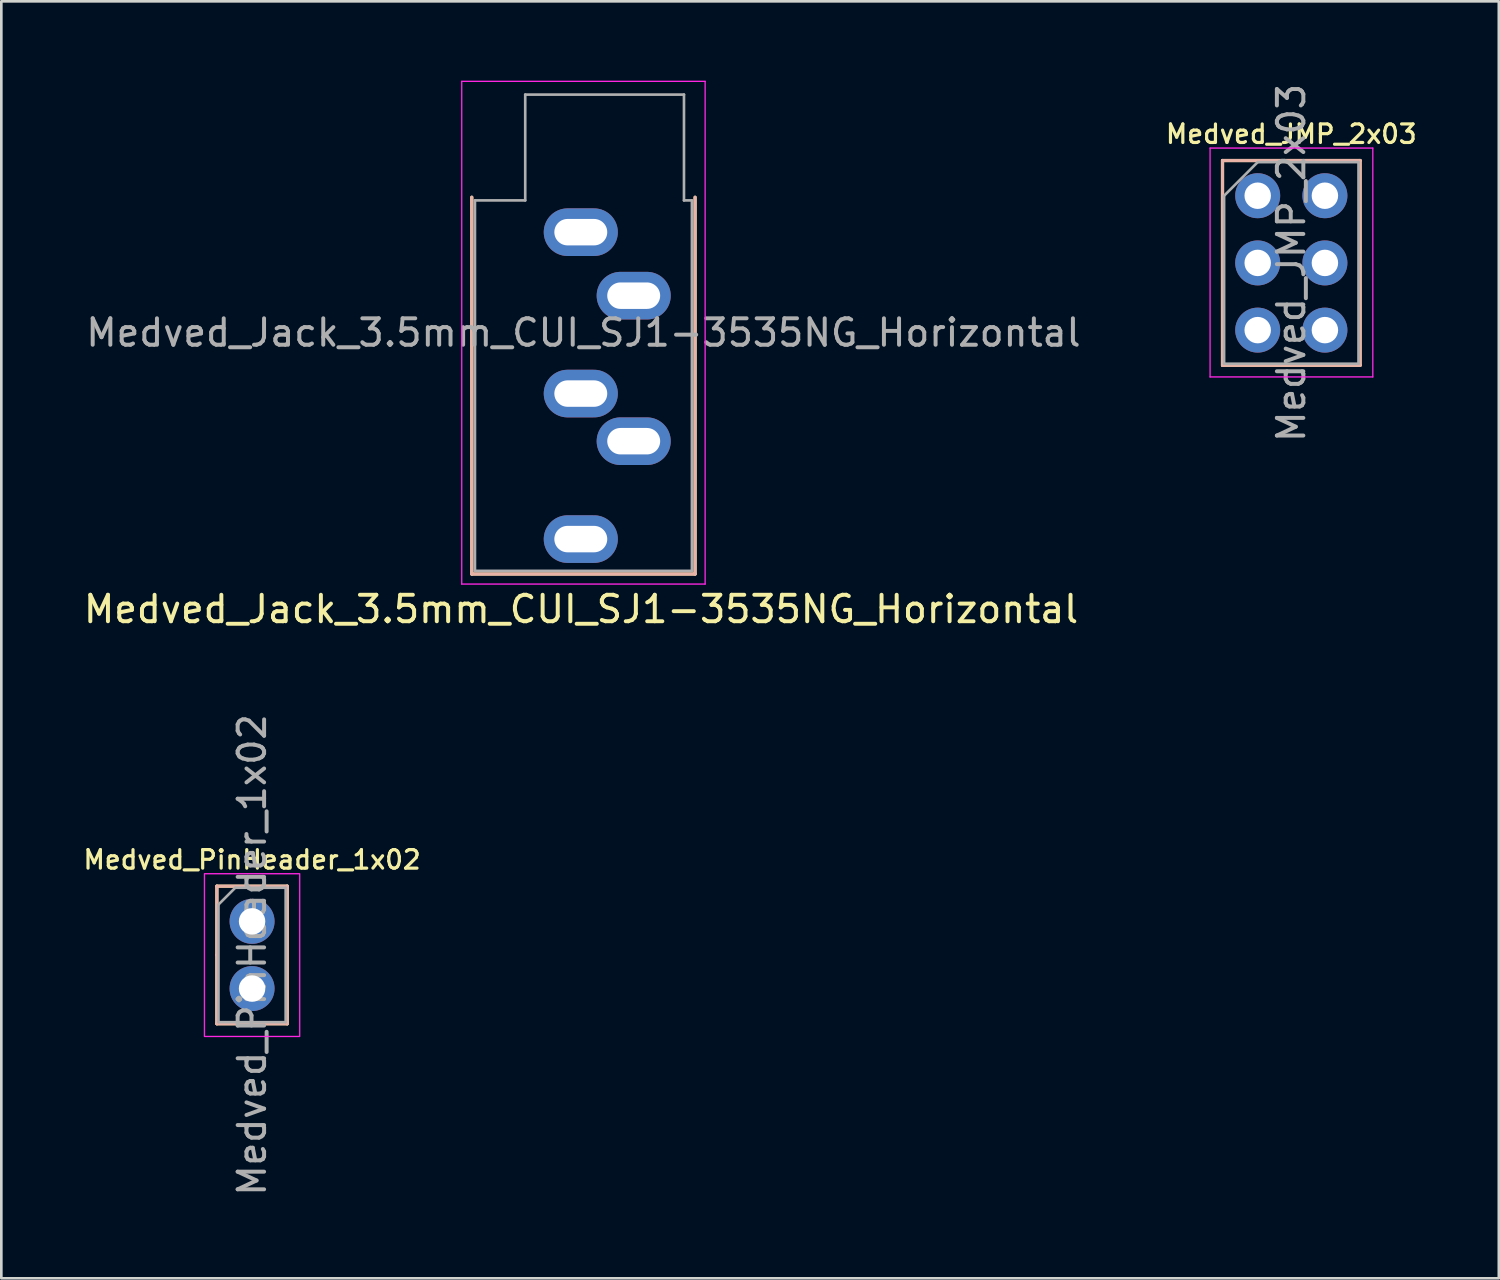
<source format=kicad_pcb>
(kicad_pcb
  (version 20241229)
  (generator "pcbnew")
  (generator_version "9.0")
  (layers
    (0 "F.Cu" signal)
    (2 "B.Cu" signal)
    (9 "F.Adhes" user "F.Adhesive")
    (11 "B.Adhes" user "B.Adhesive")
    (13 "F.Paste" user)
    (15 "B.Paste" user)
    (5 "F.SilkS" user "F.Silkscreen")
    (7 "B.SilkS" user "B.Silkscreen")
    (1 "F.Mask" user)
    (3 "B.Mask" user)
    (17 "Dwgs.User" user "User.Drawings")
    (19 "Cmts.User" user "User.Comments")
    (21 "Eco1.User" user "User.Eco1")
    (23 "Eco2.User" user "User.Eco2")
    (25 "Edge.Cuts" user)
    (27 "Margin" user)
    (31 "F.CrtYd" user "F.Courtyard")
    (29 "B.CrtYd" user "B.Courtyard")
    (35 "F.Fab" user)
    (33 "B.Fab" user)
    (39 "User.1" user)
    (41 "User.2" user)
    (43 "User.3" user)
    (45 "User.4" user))
  (footprint "Medved_PinHeader_1x02"
    (layer "F.Cu")
    (at 6.477 31.773)
    (property "Reference" "Medved_PinHeader_1x02" (at 0 -2.33 0) (layer "F.SilkS") (effects (font (size 0.7 0.7) (thickness 0.12) (bold yes))))
    (attr through_hole)
    (fp_line (start -1.33 -1.33) (end 1.33 -1.33) (stroke (width 0.12) (type solid)) (layer "F.SilkS"))
    (fp_line (start -1.33 1.27) (end -1.33 -1.33) (stroke (width 0.12) (type solid)) (layer "F.SilkS"))
    (fp_line (start -1.33 1.27) (end -1.33 3.87) (stroke (width 0.12) (type solid)) (layer "F.SilkS"))
    (fp_line (start -1.33 3.87) (end 1.33 3.87) (stroke (width 0.12) (type solid)) (layer "F.SilkS"))
    (fp_line (start 1.33 -1.33) (end 1.33 3.87) (stroke (width 0.12) (type solid)) (layer "F.SilkS"))
    (fp_line (start -1.33 -1.33) (end 1.33 -1.33) (stroke (width 0.12) (type solid)) (layer "B.SilkS"))
    (fp_line (start -1.33 1.27) (end -1.33 -1.33) (stroke (width 0.12) (type solid)) (layer "B.SilkS"))
    (fp_line (start -1.33 1.27) (end -1.33 3.87) (stroke (width 0.12) (type solid)) (layer "B.SilkS"))
    (fp_line (start -1.33 3.87) (end 1.33 3.87) (stroke (width 0.12) (type solid)) (layer "B.SilkS"))
    (fp_line (start 1.33 -1.33) (end 1.33 3.87) (stroke (width 0.12) (type solid)) (layer "B.SilkS"))
    (fp_rect (start -1.8 -1.8) (end 1.8 4.35) (stroke (width 0.05) (type solid)) (fill no) (layer "F.CrtYd"))
    (fp_line (start -1.27 -0.635) (end -0.635 -1.27) (stroke (width 0.1) (type solid)) (layer "F.Fab"))
    (fp_line (start -1.27 3.81) (end -1.27 -0.635) (stroke (width 0.1) (type solid)) (layer "F.Fab"))
    (fp_line (start -0.635 -1.27) (end 1.27 -1.27) (stroke (width 0.1) (type solid)) (layer "F.Fab"))
    (fp_line (start 1.27 -1.27) (end 1.27 3.81) (stroke (width 0.1) (type solid)) (layer "F.Fab"))
    (fp_line (start 1.27 3.81) (end -1.27 3.81) (stroke (width 0.1) (type solid)) (layer "F.Fab"))
    (fp_text user "${REFERENCE}" (at 0 1.27 90) (layer "F.Fab") (effects (font (size 1 1) (thickness 0.15))))
    (pad "1" thru_hole circle (at 0 0) (size 1.7 1.7) (drill 1) (layers "*.Cu" "*.Mask"))
    (pad "2" thru_hole oval (at 0 2.54) (size 1.7 1.7) (drill 1) (layers "*.Cu" "*.Mask")))
  (footprint "Medved_JMP_2x03"
    (layer "F.Cu")
    (at 44.485 4.347)
    (property "Reference" "Medved_JMP_2x03" (at 1.27 -2.33 0) (layer "F.SilkS") (effects (font (size 0.7 0.7) (thickness 0.12) (bold yes))))
    (attr through_hole)
    (fp_line (start -1.33 -1.33) (end -1.33 6.41) (stroke (width 0.12) (type solid)) (layer "F.SilkS"))
    (fp_line (start -1.33 -1.33) (end 3.87 -1.33) (stroke (width 0.12) (type solid)) (layer "F.SilkS"))
    (fp_line (start -1.33 6.41) (end 3.87 6.41) (stroke (width 0.12) (type solid)) (layer "F.SilkS"))
    (fp_line (start 3.87 -1.33) (end 3.87 6.41) (stroke (width 0.12) (type solid)) (layer "F.SilkS"))
    (fp_line (start -1.33 -1.33) (end -1.33 6.41) (stroke (width 0.12) (type solid)) (layer "B.SilkS"))
    (fp_line (start -1.33 -1.33) (end 3.87 -1.33) (stroke (width 0.12) (type solid)) (layer "B.SilkS"))
    (fp_line (start -1.33 6.41) (end 3.87 6.41) (stroke (width 0.12) (type solid)) (layer "B.SilkS"))
    (fp_line (start 3.87 -1.33) (end 3.87 6.41) (stroke (width 0.12) (type solid)) (layer "B.SilkS"))
    (fp_line (start -1.8 -1.8) (end -1.8 6.85) (stroke (width 0.05) (type solid)) (layer "F.CrtYd"))
    (fp_line (start -1.8 6.85) (end 4.35 6.85) (stroke (width 0.05) (type solid)) (layer "F.CrtYd"))
    (fp_line (start 4.35 -1.8) (end -1.8 -1.8) (stroke (width 0.05) (type solid)) (layer "F.CrtYd"))
    (fp_line (start 4.35 6.85) (end 4.35 -1.8) (stroke (width 0.05) (type solid)) (layer "F.CrtYd"))
    (fp_line (start -1.27 0) (end 0 -1.27) (stroke (width 0.1) (type solid)) (layer "F.Fab"))
    (fp_line (start -1.27 6.35) (end -1.27 0) (stroke (width 0.1) (type solid)) (layer "F.Fab"))
    (fp_line (start 0 -1.27) (end 3.81 -1.27) (stroke (width 0.1) (type solid)) (layer "F.Fab"))
    (fp_line (start 3.81 -1.27) (end 3.81 6.35) (stroke (width 0.1) (type solid)) (layer "F.Fab"))
    (fp_line (start 3.81 6.35) (end -1.27 6.35) (stroke (width 0.1) (type solid)) (layer "F.Fab"))
    (fp_text user "${REFERENCE}" (at 1.27 2.54 90) (layer "F.Fab") (effects (font (size 1 1) (thickness 0.15))))
    (pad "1" thru_hole circle (at 0 0) (size 1.7 1.7) (drill 1) (layers "*.Cu" "*.Mask"))
    (pad "2" thru_hole oval (at 2.54 0) (size 1.7 1.7) (drill 1) (layers "*.Cu" "*.Mask"))
    (pad "3" thru_hole oval (at 0 2.54) (size 1.7 1.7) (drill 1) (layers "*.Cu" "*.Mask"))
    (pad "4" thru_hole oval (at 2.54 2.54) (size 1.7 1.7) (drill 1) (layers "*.Cu" "*.Mask"))
    (pad "5" thru_hole oval (at 0 5.08) (size 1.7 1.7) (drill 1) (layers "*.Cu" "*.Mask"))
    (pad "6" thru_hole oval (at 2.54 5.08) (size 1.7 1.7) (drill 1) (layers "*.Cu" "*.Mask")))
  (footprint "Medved_Jack_3.5mm_CUI_SJ1-3535NG_Horizontal"
    (layer "F.Cu")
    (at 18.901 5.725)
    (property "Reference" "Medved_Jack_3.5mm_CUI_SJ1-3535NG_Horizontal" (at 0.01 14.25 0) (layer "F.SilkS") (effects (font (size 1 1) (thickness 0.15))))
    (attr through_hole)
    (fp_line (start -4.12 12.92) (end -4.12 -1.32) (stroke (width 0.12) (type solid)) (layer "F.SilkS"))
    (fp_line (start 4.32 -1.32) (end 4.32 12.92) (stroke (width 0.12) (type solid)) (layer "F.SilkS"))
    (fp_line (start 4.32 12.92) (end -4.12 12.92) (stroke (width 0.12) (type solid)) (layer "F.SilkS"))
    (fp_line (start -4.12 12.92) (end -4.12 -1.32) (stroke (width 0.12) (type solid)) (layer "B.SilkS"))
    (fp_line (start 4.32 -1.32) (end 4.32 12.92) (stroke (width 0.12) (type solid)) (layer "B.SilkS"))
    (fp_line (start 4.32 12.92) (end -4.12 12.92) (stroke (width 0.12) (type solid)) (layer "B.SilkS"))
    (fp_line (start -4.5 -5.7) (end -4.5 13.3) (stroke (width 0.05) (type solid)) (layer "F.CrtYd"))
    (fp_line (start -4.5 13.3) (end 4.7 13.3) (stroke (width 0.05) (type solid)) (layer "F.CrtYd"))
    (fp_line (start 4.7 -5.7) (end -4.5 -5.7) (stroke (width 0.05) (type solid)) (layer "F.CrtYd"))
    (fp_line (start 4.7 13.3) (end 4.7 -5.7) (stroke (width 0.05) (type solid)) (layer "F.CrtYd"))
    (fp_line (start -4 -1.2) (end -2.1 -1.2) (stroke (width 0.1) (type solid)) (layer "F.Fab"))
    (fp_line (start -4 12.8) (end -4 -1.2) (stroke (width 0.1) (type solid)) (layer "F.Fab"))
    (fp_line (start -2.1 -5.2) (end 3.9 -5.2) (stroke (width 0.1) (type solid)) (layer "F.Fab"))
    (fp_line (start -2.1 -1.2) (end -2.1 -5.2) (stroke (width 0.1) (type solid)) (layer "F.Fab"))
    (fp_line (start 3.9 -5.2) (end 3.9 -1.2) (stroke (width 0.1) (type solid)) (layer "F.Fab"))
    (fp_line (start 3.9 -1.2) (end 4.2 -1.2) (stroke (width 0.1) (type solid)) (layer "F.Fab"))
    (fp_line (start 4.2 -1.2) (end 4.2 12.8) (stroke (width 0.1) (type solid)) (layer "F.Fab"))
    (fp_line (start 4.2 12.8) (end -4 12.8) (stroke (width 0.1) (type solid)) (layer "F.Fab"))
    (fp_text user "${REFERENCE}" (at 0.1 3.8 0) (layer "F.Fab") (effects (font (size 1 1) (thickness 0.15))))
    (pad "R" thru_hole oval (at 2 7.9) (size 2.8 1.8) (drill oval 2 1) (layers "*.Cu" "*.Mask"))
    (pad "RN" thru_hole oval (at 0 6.1) (size 2.8 1.8) (drill oval 2 1) (layers "*.Cu" "*.Mask"))
    (pad "S" thru_hole oval (at 0 0) (size 2.8 1.8) (drill oval 2 1) (layers "*.Cu" "*.Mask"))
    (pad "T" thru_hole oval (at 2 2.4) (size 2.8 1.8) (drill oval 2 1) (layers "*.Cu" "*.Mask"))
    (pad "TN" thru_hole oval (at 0 11.6) (size 2.8 1.8) (drill oval 2 1) (layers "*.Cu" "*.Mask")))
  (gr_rect
    (start -3 -3)
    (end 53.598 45.264)
    (stroke (width 0.1) (type default))
    (fill no)
    (layer "Edge.Cuts")))
</source>
